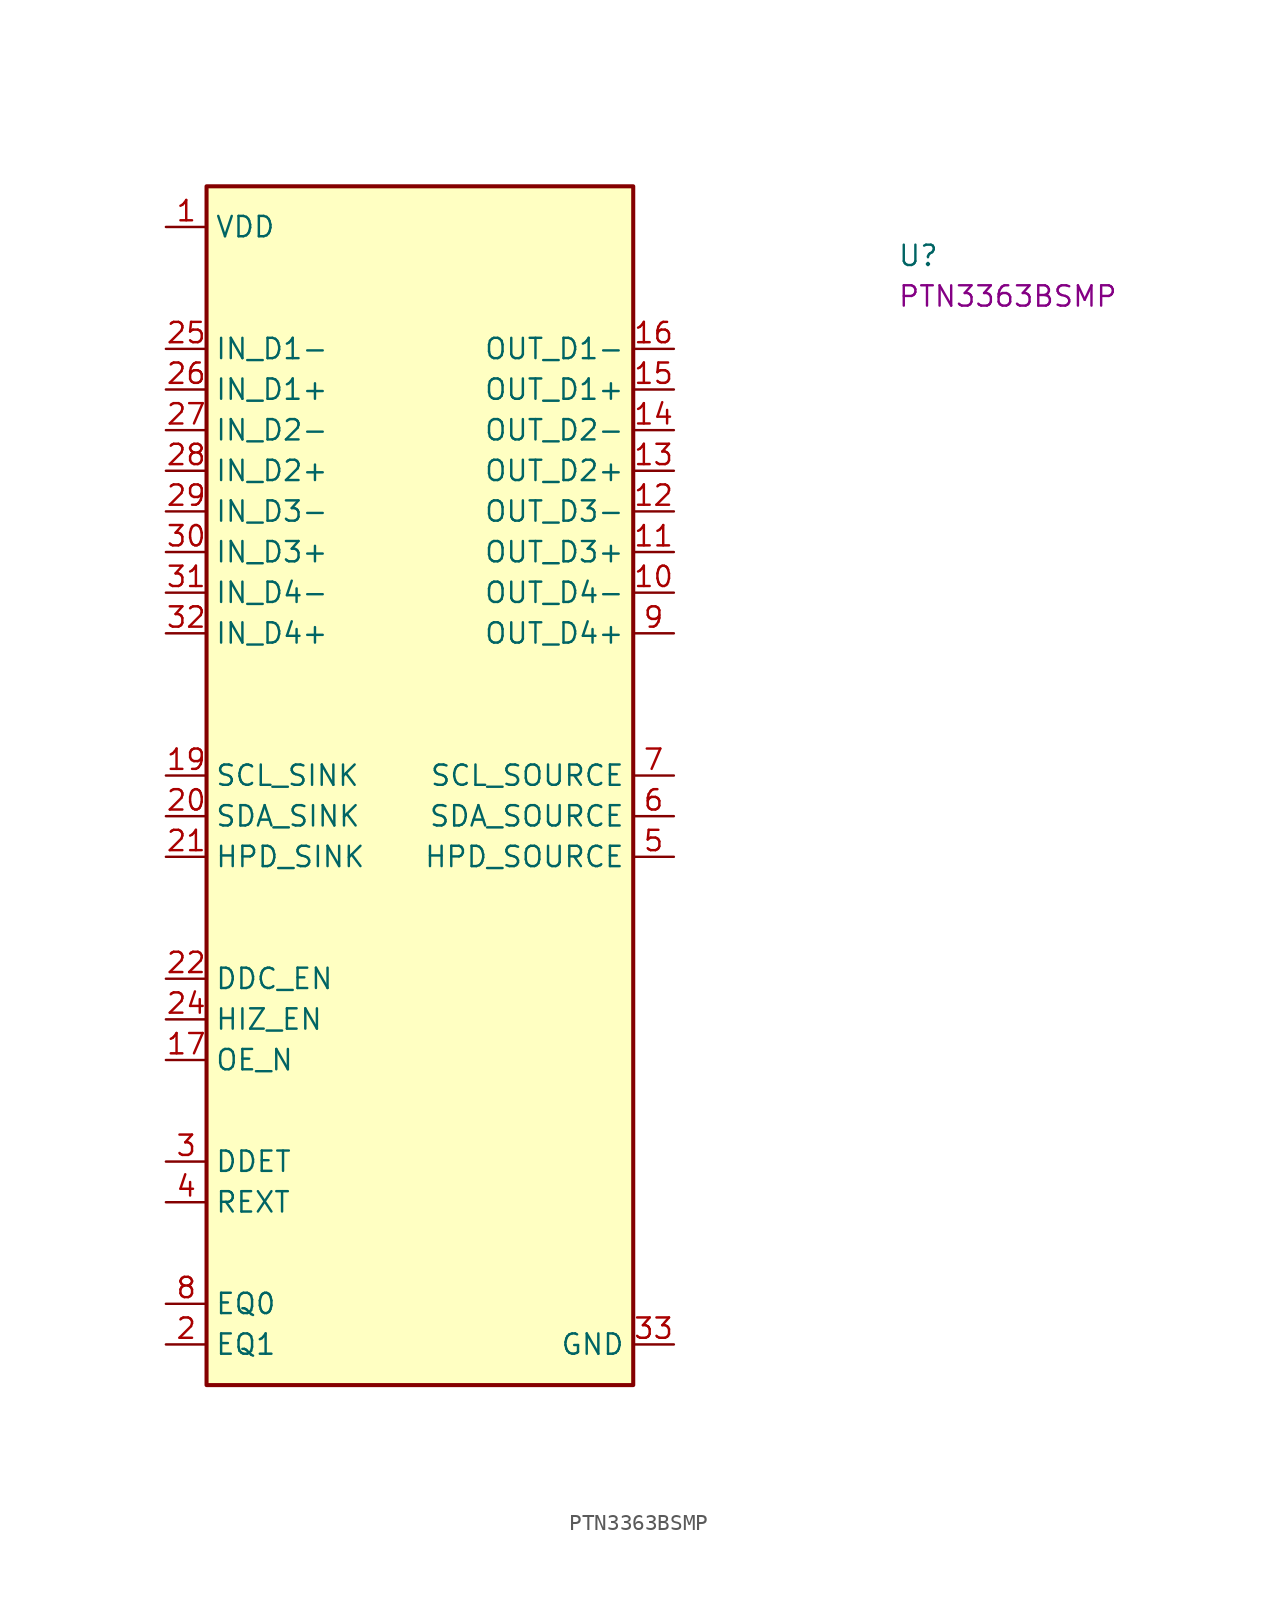
<source format=kicad_sym>
(kicad_symbol_lib
  (version 20220914)
  (generator kicad_symbol_editor)
  (symbol "PTN3363BSMP"
    (property "Reference" "U"
      (at 45.72 -2.54 0)
      (effects (font (size 1.27 1.27) (thickness 0.15)) (justify left bottom)))
    (property "MPN" "PTN3363BSMP"
      (at 45.72 -5.08 0)
      (effects (font (size 1.27 1.27) (thickness 0.15)) (justify left bottom)))
    (symbol "PTN3363BSMP_1_1"
      (rectangle (start 2.54 2.54) (end 29.21 -72.39) (stroke (width 0.254) (type default)) (fill (type background)))
      (pin power_in line (at 0 0 0) (length 2.54) (name "VDD" (effects (font (size 1.27 1.27)))) (number "1" (effects (font (size 1.27 1.27)))))
      (pin output line (at 31.75 -22.86 180) (length 2.54) (name "OUT_D4−" (effects (font (size 1.27 1.27)))) (number "10" (effects (font (size 1.27 1.27)))))
      (pin output line (at 31.75 -20.32 180) (length 2.54) (name "OUT_D3+" (effects (font (size 1.27 1.27)))) (number "11" (effects (font (size 1.27 1.27)))))
      (pin output line (at 31.75 -17.78 180) (length 2.54) (name "OUT_D3−" (effects (font (size 1.27 1.27)))) (number "12" (effects (font (size 1.27 1.27)))))
      (pin output line (at 31.75 -15.24 180) (length 2.54) (name "OUT_D2+" (effects (font (size 1.27 1.27)))) (number "13" (effects (font (size 1.27 1.27)))))
      (pin output line (at 31.75 -12.7 180) (length 2.54) (name "OUT_D2−" (effects (font (size 1.27 1.27)))) (number "14" (effects (font (size 1.27 1.27)))))
      (pin output line (at 31.75 -10.16 180) (length 2.54) (name "OUT_D1+" (effects (font (size 1.27 1.27)))) (number "15" (effects (font (size 1.27 1.27)))))
      (pin output line (at 31.75 -7.62 180) (length 2.54) (name "OUT_D1−" (effects (font (size 1.27 1.27)))) (number "16" (effects (font (size 1.27 1.27)))))
      (pin input line (at 0 -52.07 0) (length 2.54) (name "OE_N" (effects (font (size 1.27 1.27)))) (number "17" (effects (font (size 1.27 1.27)))))
      (pin passive line (at 0 0 0) (length 2.54) hide (name "VDD" (effects (font (size 1.27 1.27)))) (number "18" (effects (font (size 1.27 1.27)))))
      (pin bidirectional line (at 0 -34.29 0) (length 2.54) (name "SCL_SINK" (effects (font (size 1.27 1.27)))) (number "19" (effects (font (size 1.27 1.27)))))
      (pin passive line (at 0 -69.85 0) (length 2.54) (name "EQ1" (effects (font (size 1.27 1.27)))) (number "2" (effects (font (size 1.27 1.27)))))
      (pin bidirectional line (at 0 -36.83 0) (length 2.54) (name "SDA_SINK" (effects (font (size 1.27 1.27)))) (number "20" (effects (font (size 1.27 1.27)))))
      (pin input line (at 0 -39.37 0) (length 2.54) (name "HPD_SINK" (effects (font (size 1.27 1.27)))) (number "21" (effects (font (size 1.27 1.27)))))
      (pin input line (at 0 -46.99 0) (length 2.54) (name "DDC_EN" (effects (font (size 1.27 1.27)))) (number "22" (effects (font (size 1.27 1.27)))))
      (pin no_connect line (at 29.21 -67.31 180) (length 2.54) hide (name "NC" (effects (font (size 1.27 1.27)))) (number "23" (effects (font (size 1.27 1.27)))))
      (pin input line (at 0 -49.53 0) (length 2.54) (name "HIZ_EN" (effects (font (size 1.27 1.27)))) (number "24" (effects (font (size 1.27 1.27)))))
      (pin input line (at 0 -7.62 0) (length 2.54) (name "IN_D1−" (effects (font (size 1.27 1.27)))) (number "25" (effects (font (size 1.27 1.27)))))
      (pin input line (at 0 -10.16 0) (length 2.54) (name "IN_D1+" (effects (font (size 1.27 1.27)))) (number "26" (effects (font (size 1.27 1.27)))))
      (pin input line (at 0 -12.7 0) (length 2.54) (name "IN_D2−" (effects (font (size 1.27 1.27)))) (number "27" (effects (font (size 1.27 1.27)))))
      (pin input line (at 0 -15.24 0) (length 2.54) (name "IN_D2+" (effects (font (size 1.27 1.27)))) (number "28" (effects (font (size 1.27 1.27)))))
      (pin input line (at 0 -17.78 0) (length 2.54) (name "IN_D3−" (effects (font (size 1.27 1.27)))) (number "29" (effects (font (size 1.27 1.27)))))
      (pin input line (at 0 -58.42 0) (length 2.54) (name "DDET" (effects (font (size 1.27 1.27)))) (number "3" (effects (font (size 1.27 1.27)))))
      (pin input line (at 0 -20.32 0) (length 2.54) (name "IN_D3+" (effects (font (size 1.27 1.27)))) (number "30" (effects (font (size 1.27 1.27)))))
      (pin input line (at 0 -22.86 0) (length 2.54) (name "IN_D4−" (effects (font (size 1.27 1.27)))) (number "31" (effects (font (size 1.27 1.27)))))
      (pin input line (at 0 -25.4 0) (length 2.54) (name "IN_D4+" (effects (font (size 1.27 1.27)))) (number "32" (effects (font (size 1.27 1.27)))))
      (pin power_in line (at 31.75 -69.85 180) (length 2.54) (name "GND" (effects (font (size 1.27 1.27)))) (number "33" (effects (font (size 1.27 1.27)))))
      (pin bidirectional line (at 0 -60.96 0) (length 2.54) (name "REXT" (effects (font (size 1.27 1.27)))) (number "4" (effects (font (size 1.27 1.27)))))
      (pin output line (at 31.75 -39.37 180) (length 2.54) (name "HPD_SOURCE" (effects (font (size 1.27 1.27)))) (number "5" (effects (font (size 1.27 1.27)))))
      (pin bidirectional line (at 31.75 -36.83 180) (length 2.54) (name "SDA_SOURCE" (effects (font (size 1.27 1.27)))) (number "6" (effects (font (size 1.27 1.27)))))
      (pin bidirectional line (at 31.75 -34.29 180) (length 2.54) (name "SCL_SOURCE" (effects (font (size 1.27 1.27)))) (number "7" (effects (font (size 1.27 1.27)))))
      (pin passive line (at 0 -67.31 0) (length 2.54) (name "EQ0" (effects (font (size 1.27 1.27)))) (number "8" (effects (font (size 1.27 1.27)))))
      (pin output line (at 31.75 -25.4 180) (length 2.54) (name "OUT_D4+" (effects (font (size 1.27 1.27)))) (number "9" (effects (font (size 1.27 1.27))))))))
</source>
